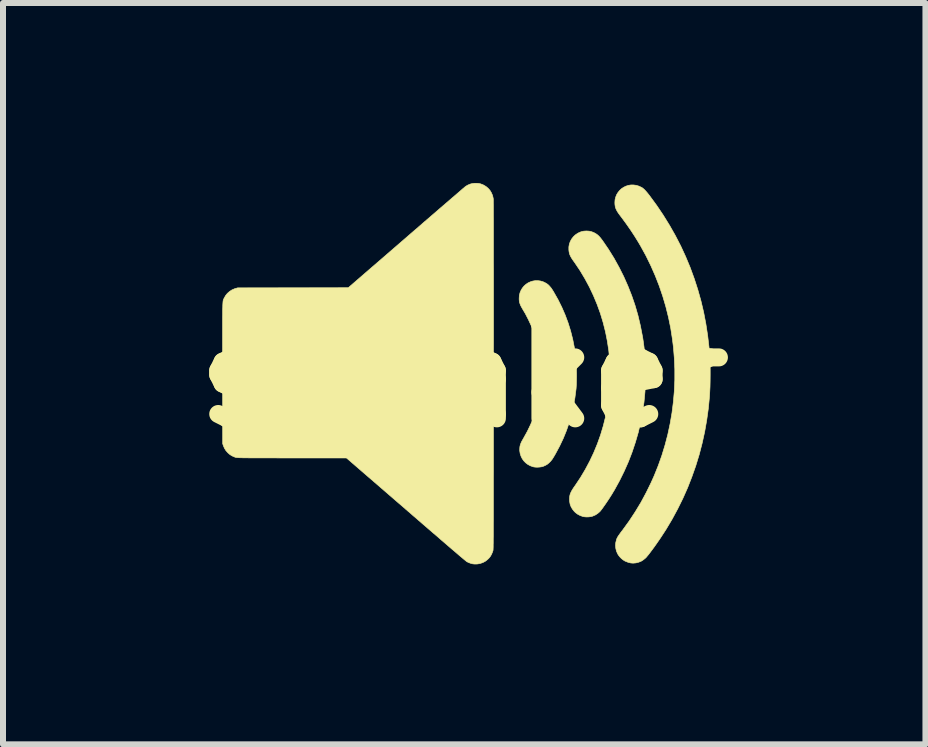
<source format=kicad_pcb>
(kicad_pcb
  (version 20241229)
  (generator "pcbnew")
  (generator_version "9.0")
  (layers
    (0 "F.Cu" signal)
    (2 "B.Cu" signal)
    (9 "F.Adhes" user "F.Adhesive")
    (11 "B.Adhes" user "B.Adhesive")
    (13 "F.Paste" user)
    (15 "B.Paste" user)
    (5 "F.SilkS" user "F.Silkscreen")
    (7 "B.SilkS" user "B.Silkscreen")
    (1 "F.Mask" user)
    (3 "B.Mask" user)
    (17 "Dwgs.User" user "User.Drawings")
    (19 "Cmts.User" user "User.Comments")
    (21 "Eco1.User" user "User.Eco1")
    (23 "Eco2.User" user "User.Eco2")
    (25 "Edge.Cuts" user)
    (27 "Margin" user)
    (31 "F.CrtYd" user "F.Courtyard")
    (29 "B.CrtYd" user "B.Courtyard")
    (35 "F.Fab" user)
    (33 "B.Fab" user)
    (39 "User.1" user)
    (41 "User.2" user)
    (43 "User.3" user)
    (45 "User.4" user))
  (footprint "speaker"
    (layer "F.Cu")
    (at 4.688 3.234)
    (property "Reference" "speaker" (at 0 0 0) (layer "F.SilkS") (effects (font (size 1.524 1.524) (thickness 0.3))))
    (attr through_hole)
    (fp_poly (pts (xy 1.272 -1.6) (xy 1.316 -1.587) (xy 1.345 -1.573) (xy 1.369 -1.56) (xy 1.391 -1.545) (xy 1.41 -1.528) (xy 1.429 -1.507) (xy 1.449 -1.483) (xy 1.469 -1.453) (xy 1.492 -1.417) (xy 1.493 -1.414) (xy 1.564 -1.289) (xy 1.627 -1.162) (xy 1.683 -1.033) (xy 1.732 -0.901) (xy 1.774 -0.766) (xy 1.809 -0.627) (xy 1.837 -0.485) (xy 1.858 -0.339) (xy 1.864 -0.288) (xy 1.866 -0.261) (xy 1.868 -0.227) (xy 1.87 -0.189) (xy 1.871 -0.146) (xy 1.871 -0.1) (xy 1.872 -0.053) (xy 1.872 -0.005) (xy 1.871 0.042) (xy 1.87 0.086) (xy 1.869 0.127) (xy 1.867 0.163) (xy 1.865 0.192) (xy 1.864 0.202) (xy 1.845 0.349) (xy 1.82 0.49) (xy 1.788 0.629) (xy 1.749 0.764) (xy 1.703 0.896) (xy 1.65 1.026) (xy 1.589 1.154) (xy 1.521 1.281) (xy 1.493 1.329) (xy 1.466 1.372) (xy 1.438 1.407) (xy 1.409 1.435) (xy 1.379 1.459) (xy 1.345 1.477) (xy 1.312 1.491) (xy 1.283 1.498) (xy 1.25 1.502) (xy 1.214 1.504) (xy 1.18 1.502) (xy 1.15 1.497) (xy 1.147 1.496) (xy 1.102 1.48) (xy 1.061 1.458) (xy 1.024 1.43) (xy 0.992 1.397) (xy 0.966 1.36) (xy 0.946 1.319) (xy 0.932 1.275) (xy 0.925 1.229) (xy 0.925 1.21) (xy 0.926 1.182) (xy 0.929 1.155) (xy 0.936 1.129) (xy 0.946 1.101) (xy 0.96 1.071) (xy 0.979 1.038) (xy 0.988 1.022) (xy 1.051 0.908) (xy 1.107 0.792) (xy 1.155 0.674) (xy 1.196 0.553) (xy 1.229 0.431) (xy 1.254 0.308) (xy 1.272 0.182) (xy 1.281 0.056) (xy 1.283 -0.071) (xy 1.278 -0.199) (xy 1.264 -0.328) (xy 1.254 -0.393) (xy 1.231 -0.506) (xy 1.201 -0.62) (xy 1.164 -0.734) (xy 1.121 -0.846) (xy 1.071 -0.954) (xy 1.017 -1.059) (xy 0.988 -1.107) (xy 0.968 -1.142) (xy 0.951 -1.172) (xy 0.938 -1.198) (xy 0.929 -1.222) (xy 0.922 -1.244) (xy 0.918 -1.265) (xy 0.916 -1.288) (xy 0.916 -1.314) (xy 0.919 -1.361) (xy 0.93 -1.405) (xy 0.947 -1.445) (xy 0.969 -1.482) (xy 0.996 -1.515) (xy 1.028 -1.544) (xy 1.063 -1.568) (xy 1.102 -1.586) (xy 1.142 -1.599) (xy 1.185 -1.606) (xy 1.228 -1.606) (xy 1.272 -1.6)) (stroke (width 0.01) (type solid)) (fill yes) (layer "F.SilkS"))
    (fp_poly (pts (xy 2.083 -2.431) (xy 2.128 -2.42) (xy 2.171 -2.402) (xy 2.208 -2.38) (xy 2.225 -2.366) (xy 2.241 -2.352) (xy 2.257 -2.335) (xy 2.274 -2.315) (xy 2.294 -2.289) (xy 2.306 -2.273) (xy 2.405 -2.128) (xy 2.497 -1.98) (xy 2.581 -1.828) (xy 2.659 -1.673) (xy 2.729 -1.515) (xy 2.792 -1.355) (xy 2.848 -1.192) (xy 2.896 -1.026) (xy 2.936 -0.858) (xy 2.969 -0.688) (xy 2.975 -0.657) (xy 2.987 -0.576) (xy 2.997 -0.5) (xy 3.005 -0.426) (xy 3.012 -0.352) (xy 3.017 -0.276) (xy 3.02 -0.197) (xy 3.023 -0.113) (xy 3.023 -0.101) (xy 3.022 0.073) (xy 3.013 0.246) (xy 2.997 0.418) (xy 2.972 0.588) (xy 2.94 0.757) (xy 2.901 0.924) (xy 2.853 1.089) (xy 2.798 1.253) (xy 2.736 1.414) (xy 2.666 1.572) (xy 2.589 1.728) (xy 2.505 1.881) (xy 2.483 1.917) (xy 2.465 1.948) (xy 2.444 1.981) (xy 2.422 2.016) (xy 2.399 2.051) (xy 2.376 2.085) (xy 2.353 2.119) (xy 2.331 2.15) (xy 2.311 2.179) (xy 2.293 2.203) (xy 2.278 2.223) (xy 2.266 2.237) (xy 2.264 2.241) (xy 2.228 2.272) (xy 2.188 2.299) (xy 2.144 2.318) (xy 2.133 2.322) (xy 2.106 2.328) (xy 2.075 2.332) (xy 2.041 2.333) (xy 2.01 2.331) (xy 1.982 2.326) (xy 1.98 2.326) (xy 1.934 2.31) (xy 1.892 2.288) (xy 1.854 2.26) (xy 1.833 2.239) (xy 1.803 2.201) (xy 1.781 2.163) (xy 1.765 2.121) (xy 1.757 2.076) (xy 1.755 2.053) (xy 1.755 2.025) (xy 1.757 1.998) (xy 1.761 1.973) (xy 1.768 1.948) (xy 1.779 1.922) (xy 1.794 1.893) (xy 1.813 1.862) (xy 1.837 1.826) (xy 1.849 1.81) (xy 1.937 1.678) (xy 2.018 1.542) (xy 2.092 1.403) (xy 2.159 1.261) (xy 2.219 1.116) (xy 2.272 0.968) (xy 2.317 0.818) (xy 2.355 0.666) (xy 2.386 0.512) (xy 2.409 0.356) (xy 2.424 0.2) (xy 2.432 0.042) (xy 2.433 -0.116) (xy 2.425 -0.275) (xy 2.41 -0.434) (xy 2.409 -0.443) (xy 2.385 -0.6) (xy 2.354 -0.756) (xy 2.315 -0.91) (xy 2.269 -1.062) (xy 2.215 -1.211) (xy 2.154 -1.357) (xy 2.086 -1.501) (xy 2.011 -1.64) (xy 1.929 -1.777) (xy 1.84 -1.909) (xy 1.827 -1.927) (xy 1.803 -1.961) (xy 1.784 -1.991) (xy 1.77 -2.017) (xy 1.759 -2.042) (xy 1.752 -2.066) (xy 1.747 -2.091) (xy 1.744 -2.119) (xy 1.744 -2.12) (xy 1.744 -2.168) (xy 1.752 -2.214) (xy 1.767 -2.257) (xy 1.789 -2.298) (xy 1.817 -2.335) (xy 1.85 -2.367) (xy 1.889 -2.394) (xy 1.902 -2.401) (xy 1.945 -2.42) (xy 1.991 -2.431) (xy 2.037 -2.434) (xy 2.083 -2.431)) (stroke (width 0.01) (type solid)) (fill yes) (layer "F.SilkS"))
    (fp_poly (pts (xy 2.866 -3.195) (xy 2.91 -3.182) (xy 2.953 -3.162) (xy 2.96 -3.159) (xy 2.979 -3.145) (xy 3 -3.127) (xy 3.023 -3.103) (xy 3.049 -3.073) (xy 3.078 -3.037) (xy 3.088 -3.024) (xy 3.207 -2.862) (xy 3.318 -2.697) (xy 3.422 -2.529) (xy 3.519 -2.358) (xy 3.609 -2.184) (xy 3.691 -2.006) (xy 3.766 -1.826) (xy 3.833 -1.643) (xy 3.893 -1.458) (xy 3.946 -1.269) (xy 3.991 -1.079) (xy 4.028 -0.886) (xy 4.058 -0.69) (xy 4.081 -0.492) (xy 4.088 -0.413) (xy 4.093 -0.324) (xy 4.097 -0.23) (xy 4.1 -0.132) (xy 4.1 -0.032) (xy 4.099 0.068) (xy 4.097 0.167) (xy 4.092 0.261) (xy 4.088 0.329) (xy 4.069 0.526) (xy 4.042 0.72) (xy 4.008 0.913) (xy 3.966 1.104) (xy 3.917 1.293) (xy 3.86 1.479) (xy 3.795 1.663) (xy 3.724 1.845) (xy 3.645 2.023) (xy 3.558 2.199) (xy 3.465 2.371) (xy 3.364 2.541) (xy 3.278 2.673) (xy 3.253 2.71) (xy 3.226 2.749) (xy 3.199 2.788) (xy 3.172 2.826) (xy 3.145 2.863) (xy 3.119 2.898) (xy 3.095 2.93) (xy 3.073 2.959) (xy 3.053 2.983) (xy 3.037 3.002) (xy 3.025 3.016) (xy 3.024 3.016) (xy 2.988 3.046) (xy 2.949 3.071) (xy 2.906 3.088) (xy 2.861 3.099) (xy 2.815 3.103) (xy 2.776 3.1) (xy 2.731 3.089) (xy 2.687 3.071) (xy 2.677 3.067) (xy 2.649 3.049) (xy 2.62 3.026) (xy 2.594 2.999) (xy 2.571 2.97) (xy 2.557 2.947) (xy 2.537 2.901) (xy 2.526 2.854) (xy 2.522 2.807) (xy 2.526 2.76) (xy 2.538 2.712) (xy 2.54 2.705) (xy 2.545 2.692) (xy 2.552 2.679) (xy 2.559 2.665) (xy 2.569 2.649) (xy 2.582 2.631) (xy 2.598 2.608) (xy 2.617 2.582) (xy 2.642 2.55) (xy 2.644 2.547) (xy 2.751 2.399) (xy 2.851 2.247) (xy 2.946 2.09) (xy 3.033 1.928) (xy 3.114 1.763) (xy 3.166 1.647) (xy 3.234 1.478) (xy 3.295 1.306) (xy 3.348 1.132) (xy 3.394 0.956) (xy 3.432 0.778) (xy 3.463 0.598) (xy 3.486 0.417) (xy 3.502 0.235) (xy 3.51 0.052) (xy 3.51 -0.131) (xy 3.502 -0.314) (xy 3.487 -0.498) (xy 3.47 -0.633) (xy 3.442 -0.814) (xy 3.405 -0.994) (xy 3.361 -1.171) (xy 3.309 -1.347) (xy 3.25 -1.52) (xy 3.183 -1.691) (xy 3.109 -1.859) (xy 3.028 -2.024) (xy 2.939 -2.186) (xy 2.9 -2.252) (xy 2.84 -2.349) (xy 2.775 -2.448) (xy 2.706 -2.547) (xy 2.635 -2.644) (xy 2.598 -2.693) (xy 2.572 -2.728) (xy 2.551 -2.76) (xy 2.535 -2.79) (xy 2.523 -2.819) (xy 2.516 -2.847) (xy 2.512 -2.878) (xy 2.511 -2.907) (xy 2.514 -2.955) (xy 2.525 -2.999) (xy 2.541 -3.04) (xy 2.564 -3.077) (xy 2.591 -3.11) (xy 2.622 -3.139) (xy 2.657 -3.162) (xy 2.695 -3.181) (xy 2.736 -3.194) (xy 2.778 -3.201) (xy 2.822 -3.201) (xy 2.866 -3.195)) (stroke (width 0.01) (type solid)) (fill yes) (layer "F.SilkS"))
    (fp_poly (pts (xy 0.238 -3.227) (xy 0.267 -3.221) (xy 0.274 -3.219) (xy 0.32 -3.201) (xy 0.362 -3.176) (xy 0.398 -3.146) (xy 0.429 -3.111) (xy 0.453 -3.071) (xy 0.472 -3.027) (xy 0.483 -2.98) (xy 0.484 -2.973) (xy 0.484 -2.969) (xy 0.485 -2.959) (xy 0.485 -2.944) (xy 0.485 -2.923) (xy 0.485 -2.897) (xy 0.486 -2.865) (xy 0.486 -2.828) (xy 0.486 -2.785) (xy 0.486 -2.736) (xy 0.486 -2.682) (xy 0.487 -2.621) (xy 0.487 -2.554) (xy 0.487 -2.481) (xy 0.487 -2.401) (xy 0.487 -2.316) (xy 0.487 -2.223) (xy 0.487 -2.125) (xy 0.487 -2.019) (xy 0.487 -1.907) (xy 0.488 -1.788) (xy 0.488 -1.662) (xy 0.488 -1.529) (xy 0.488 -1.388) (xy 0.488 -1.241) (xy 0.488 -1.086) (xy 0.488 -0.924) (xy 0.488 -0.754) (xy 0.488 -0.577) (xy 0.487 -0.392) (xy 0.487 -0.199) (xy 0.487 -0.036) (xy 0.487 0.147) (xy 0.487 0.321) (xy 0.487 0.488) (xy 0.487 0.648) (xy 0.487 0.8) (xy 0.487 0.945) (xy 0.487 1.084) (xy 0.487 1.215) (xy 0.487 1.34) (xy 0.487 1.459) (xy 0.487 1.571) (xy 0.486 1.677) (xy 0.486 1.778) (xy 0.486 1.872) (xy 0.486 1.961) (xy 0.486 2.045) (xy 0.486 2.124) (xy 0.486 2.197) (xy 0.486 2.266) (xy 0.486 2.33) (xy 0.486 2.389) (xy 0.485 2.444) (xy 0.485 2.495) (xy 0.485 2.541) (xy 0.485 2.584) (xy 0.485 2.624) (xy 0.485 2.659) (xy 0.484 2.692) (xy 0.484 2.721) (xy 0.484 2.747) (xy 0.484 2.771) (xy 0.483 2.791) (xy 0.483 2.809) (xy 0.483 2.825) (xy 0.483 2.839) (xy 0.482 2.851) (xy 0.482 2.861) (xy 0.482 2.869) (xy 0.481 2.876) (xy 0.481 2.881) (xy 0.481 2.886) (xy 0.48 2.889) (xy 0.48 2.892) (xy 0.479 2.894) (xy 0.479 2.895) (xy 0.472 2.916) (xy 0.462 2.94) (xy 0.451 2.964) (xy 0.439 2.984) (xy 0.435 2.991) (xy 0.42 3.011) (xy 0.4 3.032) (xy 0.378 3.051) (xy 0.356 3.068) (xy 0.352 3.071) (xy 0.311 3.093) (xy 0.267 3.108) (xy 0.221 3.117) (xy 0.175 3.118) (xy 0.143 3.115) (xy 0.111 3.107) (xy 0.078 3.095) (xy 0.046 3.08) (xy 0.04 3.076) (xy 0.035 3.072) (xy 0.024 3.063) (xy 0.007 3.049) (xy -0.016 3.03) (xy -0.044 3.006) (xy -0.078 2.978) (xy -0.116 2.945) (xy -0.16 2.907) (xy -0.209 2.866) (xy -0.262 2.82) (xy -0.32 2.77) (xy -0.383 2.716) (xy -0.449 2.658) (xy -0.521 2.597) (xy -0.596 2.532) (xy -0.675 2.464) (xy -0.758 2.392) (xy -0.845 2.317) (xy -0.936 2.238) (xy -0.974 2.205) (xy -1.963 1.35) (xy -2.86 1.35) (xy -2.961 1.35) (xy -3.055 1.35) (xy -3.141 1.349) (xy -3.221 1.349) (xy -3.293 1.349) (xy -3.36 1.349) (xy -3.42 1.349) (xy -3.474 1.349) (xy -3.523 1.349) (xy -3.567 1.349) (xy -3.606 1.348) (xy -3.641 1.348) (xy -3.672 1.348) (xy -3.698 1.347) (xy -3.721 1.346) (xy -3.741 1.346) (xy -3.758 1.345) (xy -3.773 1.344) (xy -3.785 1.343) (xy -3.795 1.342) (xy -3.803 1.341) (xy -3.811 1.339) (xy -3.817 1.338) (xy -3.822 1.336) (xy -3.827 1.334) (xy -3.832 1.332) (xy -3.837 1.33) (xy -3.842 1.328) (xy -3.876 1.312) (xy -3.907 1.292) (xy -3.936 1.267) (xy -3.941 1.262) (xy -3.973 1.226) (xy -3.997 1.187) (xy -4.015 1.145) (xy -4.026 1.113) (xy -4.027 -0.056) (xy -4.028 -0.171) (xy -4.028 -0.28) (xy -4.028 -0.38) (xy -4.028 -0.474) (xy -4.028 -0.561) (xy -4.028 -0.641) (xy -4.028 -0.715) (xy -4.028 -0.783) (xy -4.028 -0.845) (xy -4.028 -0.901) (xy -4.028 -0.953) (xy -4.028 -0.999) (xy -4.027 -1.041) (xy -4.027 -1.079) (xy -4.027 -1.112) (xy -4.026 -1.141) (xy -4.025 -1.167) (xy -4.025 -1.19) (xy -4.024 -1.209) (xy -4.023 -1.226) (xy -4.022 -1.24) (xy -4.021 -1.253) (xy -4.02 -1.263) (xy -4.019 -1.271) (xy -4.017 -1.278) (xy -4.015 -1.284) (xy -4.014 -1.289) (xy -4.012 -1.294) (xy -4.01 -1.298) (xy -4.008 -1.302) (xy -4.005 -1.307) (xy -4.003 -1.312) (xy -4.001 -1.316) (xy -3.977 -1.358) (xy -3.947 -1.395) (xy -3.911 -1.426) (xy -3.871 -1.452) (xy -3.825 -1.472) (xy -3.807 -1.477) (xy -3.776 -1.486) (xy -2.854 -1.487) (xy -1.933 -1.488) (xy -0.965 -2.325) (xy -0.889 -2.391) (xy -0.815 -2.455) (xy -0.742 -2.518) (xy -0.671 -2.58) (xy -0.602 -2.639) (xy -0.535 -2.697) (xy -0.471 -2.752) (xy -0.41 -2.805) (xy -0.352 -2.855) (xy -0.297 -2.902) (xy -0.246 -2.946) (xy -0.199 -2.987) (xy -0.155 -3.024) (xy -0.116 -3.058) (xy -0.081 -3.088) (xy -0.051 -3.114) (xy -0.026 -3.136) (xy -0.005 -3.153) (xy 0.009 -3.166) (xy 0.019 -3.173) (xy 0.022 -3.176) (xy 0.054 -3.196) (xy 0.09 -3.212) (xy 0.111 -3.219) (xy 0.139 -3.225) (xy 0.171 -3.229) (xy 0.205 -3.229) (xy 0.238 -3.227)) (stroke (width 0.01) (type solid)) (fill yes) (layer "F.SilkS")))
  (gr_rect
    (start -3 -3)
    (end 12.376 9.357)
    (stroke (width 0.1) (type default))
    (fill no)
    (layer "Edge.Cuts")))
</source>
